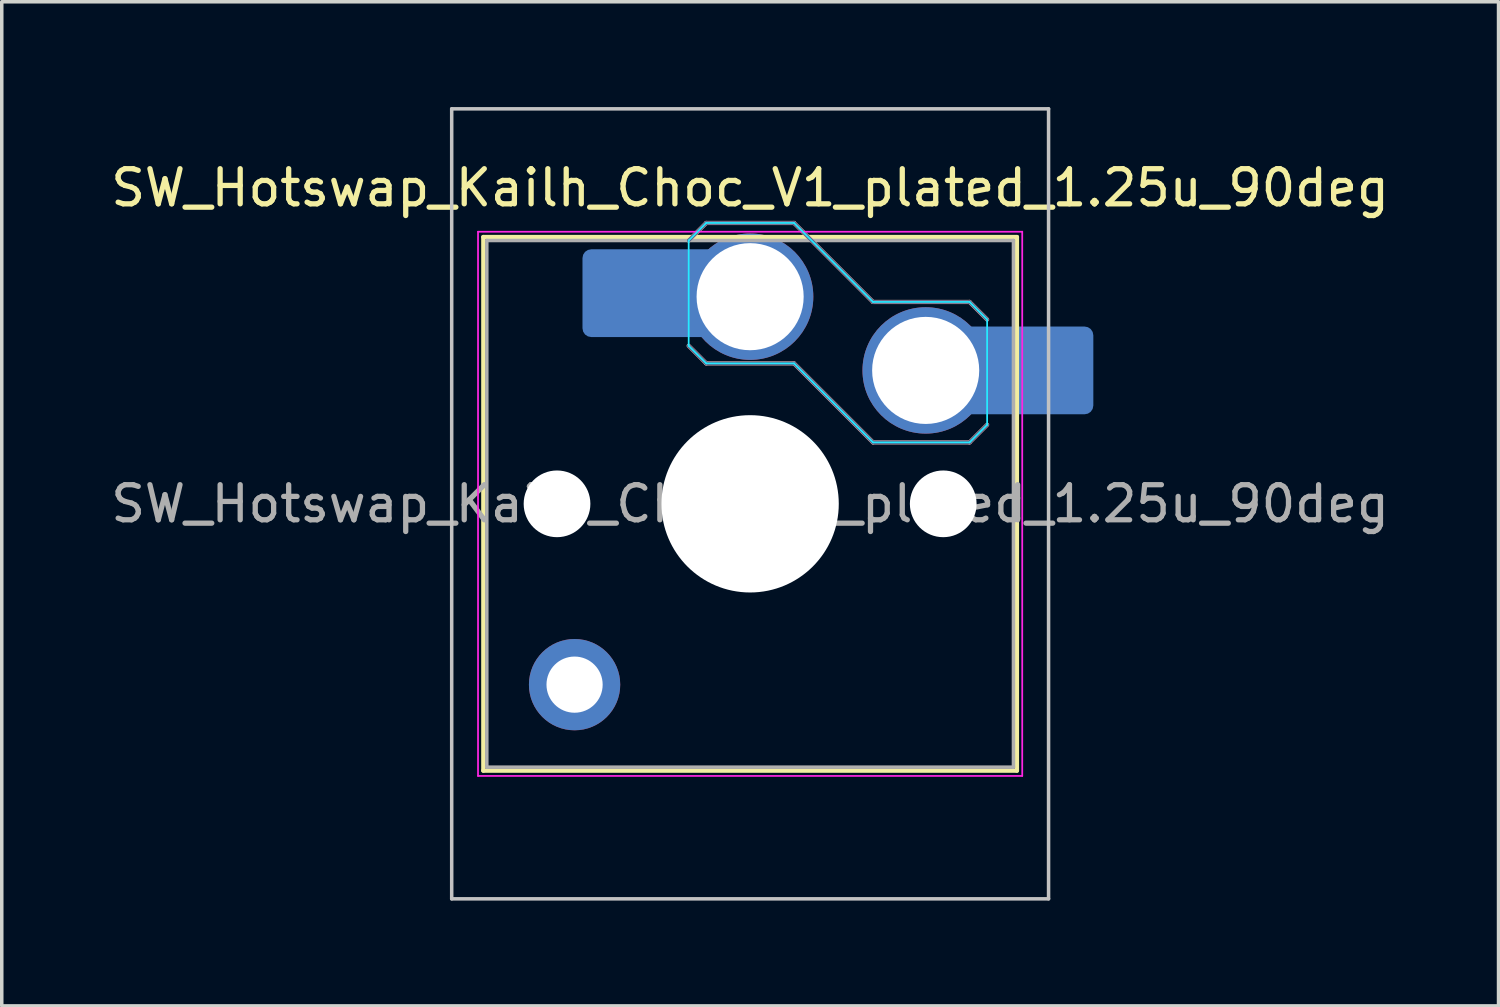
<source format=kicad_pcb>
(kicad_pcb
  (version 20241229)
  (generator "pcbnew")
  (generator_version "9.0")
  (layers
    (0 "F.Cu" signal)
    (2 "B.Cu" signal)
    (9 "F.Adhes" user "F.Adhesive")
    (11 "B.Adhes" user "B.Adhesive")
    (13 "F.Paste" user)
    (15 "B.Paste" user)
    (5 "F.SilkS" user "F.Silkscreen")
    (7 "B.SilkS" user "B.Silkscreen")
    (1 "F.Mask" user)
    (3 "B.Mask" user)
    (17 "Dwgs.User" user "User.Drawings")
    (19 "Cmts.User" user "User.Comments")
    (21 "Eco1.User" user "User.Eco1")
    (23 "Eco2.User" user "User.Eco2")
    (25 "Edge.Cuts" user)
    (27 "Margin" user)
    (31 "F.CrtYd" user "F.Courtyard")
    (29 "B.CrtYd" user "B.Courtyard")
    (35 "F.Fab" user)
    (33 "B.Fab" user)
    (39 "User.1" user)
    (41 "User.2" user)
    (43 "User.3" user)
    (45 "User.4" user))
  (footprint "SW_Hotswap_Kailh_Choc_V1_plated_1.25u_90deg"
    (layer "F.Cu")
    (at 18.315 11.3)
    (property "Reference" "SW_Hotswap_Kailh_Choc_V1_plated_1.25u_90deg" (at 0 -9 0) (layer "F.SilkS") (effects (font (size 1 1) (thickness 0.15))))
    (attr smd)
    (fp_line (start -7.6 -7.6) (end -7.6 7.6) (stroke (width 0.12) (type solid)) (layer "F.SilkS"))
    (fp_line (start -7.6 7.6) (end 7.6 7.6) (stroke (width 0.12) (type solid)) (layer "F.SilkS"))
    (fp_line (start 7.6 -7.6) (end -7.6 -7.6) (stroke (width 0.12) (type solid)) (layer "F.SilkS"))
    (fp_line (start 7.6 7.6) (end 7.6 -7.6) (stroke (width 0.12) (type solid)) (layer "F.SilkS"))
    (fp_line (start -1.75 -7.5) (end -1.25 -8) (stroke (width 0.12) (type solid)) (layer "B.SilkS"))
    (fp_line (start -1.25 -8) (end 1.25 -8) (stroke (width 0.12) (type solid)) (layer "B.SilkS"))
    (fp_line (start -1.25 -4) (end -1.75 -4.5) (stroke (width 0.12) (type solid)) (layer "B.SilkS"))
    (fp_line (start 1.25 -8) (end 3.5 -5.75) (stroke (width 0.12) (type solid)) (layer "B.SilkS"))
    (fp_line (start 1.25 -4) (end -1.25 -4) (stroke (width 0.12) (type solid)) (layer "B.SilkS"))
    (fp_line (start 3.5 -5.75) (end 6.25 -5.75) (stroke (width 0.12) (type solid)) (layer "B.SilkS"))
    (fp_line (start 3.5 -1.75) (end 1.25 -4) (stroke (width 0.12) (type solid)) (layer "B.SilkS"))
    (fp_line (start 6.25 -5.75) (end 6.75 -5.25) (stroke (width 0.12) (type solid)) (layer "B.SilkS"))
    (fp_line (start 6.25 -1.75) (end 3.5 -1.75) (stroke (width 0.12) (type solid)) (layer "B.SilkS"))
    (fp_line (start 6.75 -2.25) (end 6.25 -1.75) (stroke (width 0.12) (type solid)) (layer "B.SilkS"))
    (fp_line (start -8.5 -11.25) (end 8.5 -11.25) (stroke (width 0.1) (type solid)) (layer "Dwgs.User"))
    (fp_line (start -8.5 11.25) (end -8.5 -11.25) (stroke (width 0.1) (type solid)) (layer "Dwgs.User"))
    (fp_line (start 8.5 -11.25) (end 8.5 11.25) (stroke (width 0.1) (type solid)) (layer "Dwgs.User"))
    (fp_line (start 8.5 11.25) (end -8.5 11.25) (stroke (width 0.1) (type solid)) (layer "Dwgs.User"))
    (fp_line (start -7.25 -7.25) (end -7.25 7.25) (stroke (width 0.1) (type solid)) (layer "Eco1.User"))
    (fp_line (start -7.25 7.25) (end 7.25 7.25) (stroke (width 0.1) (type solid)) (layer "Eco1.User"))
    (fp_line (start 7.25 -7.25) (end -7.25 -7.25) (stroke (width 0.1) (type solid)) (layer "Eco1.User"))
    (fp_line (start 7.25 7.25) (end 7.25 -7.25) (stroke (width 0.1) (type solid)) (layer "Eco1.User"))
    (fp_line (start -1.75 -7.5) (end -1.25 -8) (stroke (width 0.05) (type solid)) (layer "B.CrtYd"))
    (fp_line (start -1.75 -4.5) (end -1.75 -7.5) (stroke (width 0.05) (type solid)) (layer "B.CrtYd"))
    (fp_line (start -1.25 -8) (end 1.25 -8) (stroke (width 0.05) (type solid)) (layer "B.CrtYd"))
    (fp_line (start -1.25 -4) (end -1.75 -4.5) (stroke (width 0.05) (type solid)) (layer "B.CrtYd"))
    (fp_line (start 1.25 -8) (end 3.5 -5.75) (stroke (width 0.05) (type solid)) (layer "B.CrtYd"))
    (fp_line (start 1.25 -4) (end -1.25 -4) (stroke (width 0.05) (type solid)) (layer "B.CrtYd"))
    (fp_line (start 3.5 -5.75) (end 6.25 -5.75) (stroke (width 0.05) (type solid)) (layer "B.CrtYd"))
    (fp_line (start 3.5 -1.75) (end 1.25 -4) (stroke (width 0.05) (type solid)) (layer "B.CrtYd"))
    (fp_line (start 6.25 -5.75) (end 6.75 -5.25) (stroke (width 0.05) (type solid)) (layer "B.CrtYd"))
    (fp_line (start 6.25 -1.75) (end 3.5 -1.75) (stroke (width 0.05) (type solid)) (layer "B.CrtYd"))
    (fp_line (start 6.75 -5.25) (end 6.75 -2.25) (stroke (width 0.05) (type solid)) (layer "B.CrtYd"))
    (fp_line (start 6.75 -2.25) (end 6.25 -1.75) (stroke (width 0.05) (type solid)) (layer "B.CrtYd"))
    (fp_line (start -7.75 -7.75) (end -7.75 7.75) (stroke (width 0.05) (type solid)) (layer "F.CrtYd"))
    (fp_line (start -7.75 7.75) (end 7.75 7.75) (stroke (width 0.05) (type solid)) (layer "F.CrtYd"))
    (fp_line (start 7.75 -7.75) (end -7.75 -7.75) (stroke (width 0.05) (type solid)) (layer "F.CrtYd"))
    (fp_line (start 7.75 7.75) (end 7.75 -7.75) (stroke (width 0.05) (type solid)) (layer "F.CrtYd"))
    (fp_line (start -1.75 -7.5) (end -1.25 -8) (stroke (width 0.1) (type solid)) (layer "B.Fab"))
    (fp_line (start -1.25 -8) (end 1.25 -8) (stroke (width 0.1) (type solid)) (layer "B.Fab"))
    (fp_line (start -1.25 -4) (end -1.75 -4.5) (stroke (width 0.1) (type solid)) (layer "B.Fab"))
    (fp_line (start 1.25 -8) (end 3.5 -5.75) (stroke (width 0.1) (type solid)) (layer "B.Fab"))
    (fp_line (start 1.25 -4) (end -1.25 -4) (stroke (width 0.1) (type solid)) (layer "B.Fab"))
    (fp_line (start 3.5 -5.75) (end 6.25 -5.75) (stroke (width 0.1) (type solid)) (layer "B.Fab"))
    (fp_line (start 3.5 -1.75) (end 1.25 -4) (stroke (width 0.1) (type solid)) (layer "B.Fab"))
    (fp_line (start 6.25 -5.75) (end 6.75 -5.25) (stroke (width 0.1) (type solid)) (layer "B.Fab"))
    (fp_line (start 6.25 -1.75) (end 3.5 -1.75) (stroke (width 0.1) (type solid)) (layer "B.Fab"))
    (fp_line (start 6.75 -2.25) (end 6.25 -1.75) (stroke (width 0.1) (type solid)) (layer "B.Fab"))
    (fp_line (start -7.5 -7.5) (end -7.5 7.5) (stroke (width 0.1) (type solid)) (layer "F.Fab"))
    (fp_line (start -7.5 7.5) (end 7.5 7.5) (stroke (width 0.1) (type solid)) (layer "F.Fab"))
    (fp_line (start 7.5 -7.5) (end -7.5 -7.5) (stroke (width 0.1) (type solid)) (layer "F.Fab"))
    (fp_line (start 7.5 7.5) (end 7.5 -7.5) (stroke (width 0.1) (type solid)) (layer "F.Fab"))
    (fp_text user "${REFERENCE}" (at 0 0 0) (layer "F.Fab") (effects (font (size 1 1) (thickness 0.15))))
    (pad "" np_thru_hole circle (at -5.5 0) (size 1.9 1.9) (drill 1.9) (layers "*.Cu" "*.Mask"))
    (pad "" thru_hole circle (at -5 5.15) (size 2.6 2.6) (drill 1.6) (layers "*.Cu" "B.Mask"))
    (pad "" smd roundrect (at -3.5 -6) (size 2.55 2.5) (layers "B.Mask" "B.Paste") (roundrect_rratio 0.1))
    (pad "" np_thru_hole circle (at 0 0) (size 5.05 5.05) (drill 5.05) (layers "*.Cu" "*.Mask"))
    (pad "" np_thru_hole circle (at 5.5 0) (size 1.9 1.9) (drill 1.9) (layers "*.Cu" "*.Mask"))
    (pad "" smd roundrect (at 8.5 -3.8) (size 2.55 2.5) (layers "B.Mask" "B.Paste") (roundrect_rratio 0.1))
    (pad "1" smd roundrect (at -2.85 -6) (size 3.85 2.5) (layers "B.Cu") (roundrect_rratio 0.1))
    (pad "1" thru_hole circle (at 0 -5.9) (size 3.6 3.6) (drill 3.05) (layers "*.Cu" "B.Mask"))
    (pad "2" thru_hole circle (at 5 -3.8) (size 3.6 3.6) (drill 3.05) (layers "*.Cu" "B.Mask"))
    (pad "2" smd roundrect (at 7.85 -3.8) (size 3.85 2.5) (layers "B.Cu") (roundrect_rratio 0.1)))
  (gr_rect
    (start -3 -3)
    (end 39.631 25.6)
    (stroke (width 0.1) (type default))
    (fill no)
    (layer "Edge.Cuts")))
</source>
